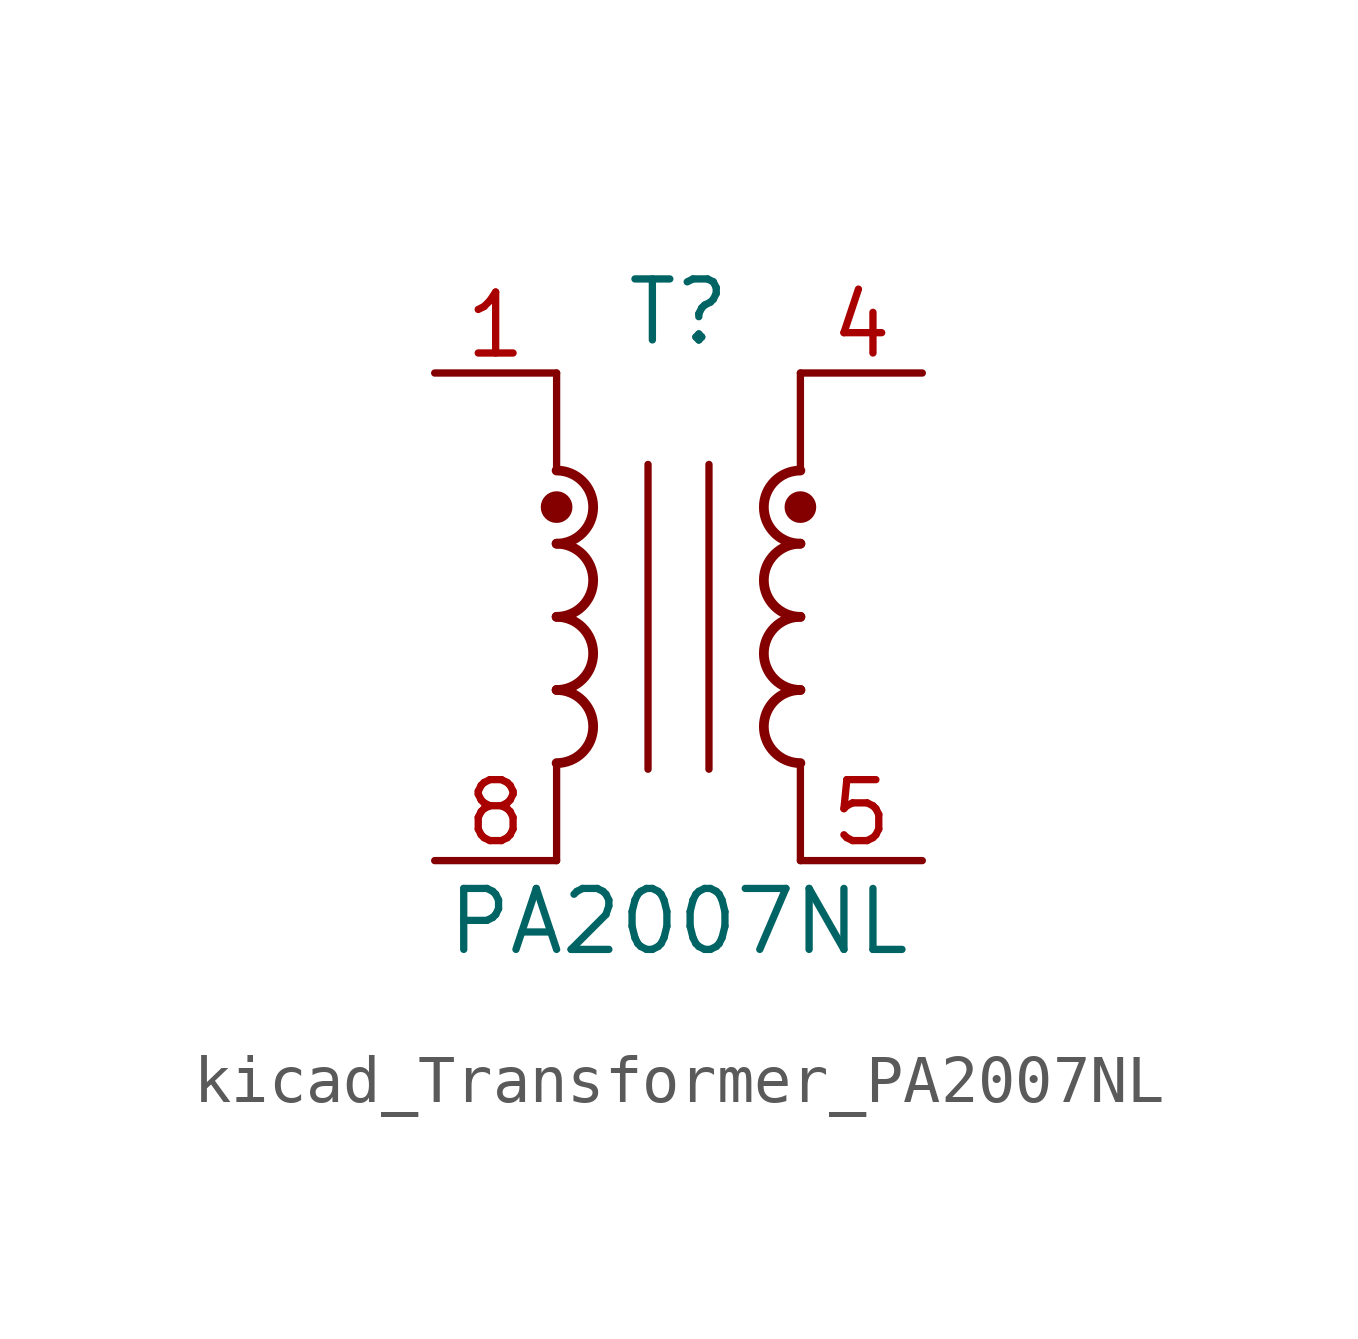
<source format=kicad_sym>
(kicad_symbol_lib
  (version 20220914)
  (generator kicad_symbol_editor)
  (symbol "kicad_Transformer_PA2007NL"
    (pin_names hide)
    (property "Reference" "T"
      (at 0 6.35 0)
      (effects (font (size 1.27 1.27))))
    (property "Value" "PA2007NL"
      (at 0 -6.35 0)
      (effects (font (size 1.27 1.27))))
    (symbol "kicad_Transformer_PA2007NL_0_1"
      (arc (start -2.54 -3.048) (mid -1.7813 -2.286) (end -2.54 -1.524) (stroke (width 0.2032) (type default)) (fill (type none)))
      (arc (start -2.54 -1.524) (mid -1.7813 -0.762) (end -2.54 0) (stroke (width 0.2032) (type default)) (fill (type none)))
      (arc (start -2.54 0) (mid -1.7813 0.762) (end -2.54 1.524) (stroke (width 0.2032) (type default)) (fill (type none)))
      (circle (center -2.54 2.286) (radius 0.254) (stroke (width 0) (type default)) (fill (type outline)))
      (polyline (pts (xy -2.54 -3.048) (xy -2.54 -5.08)) (stroke (width 0) (type default)) (fill (type none)))
      (polyline (pts (xy -2.54 5.08) (xy -2.54 3.048)) (stroke (width 0) (type default)) (fill (type none)))
      (polyline (pts (xy -0.635 3.175) (xy -0.635 -3.175)) (stroke (width 0) (type default)) (fill (type none)))
      (polyline (pts (xy 0.635 3.175) (xy 0.635 -3.175)) (stroke (width 0) (type default)) (fill (type none)))
      (polyline (pts (xy 2.54 -3.048) (xy 2.54 -5.08)) (stroke (width 0) (type default)) (fill (type none)))
      (polyline (pts (xy 2.54 5.08) (xy 2.54 3.048)) (stroke (width 0) (type default)) (fill (type none)))
      (arc (start 2.54 -1.524) (mid 1.7813 -2.286) (end 2.54 -3.048) (stroke (width 0.2032) (type default)) (fill (type none)))
      (arc (start 2.54 0) (mid 1.7813 -0.762) (end 2.54 -1.524) (stroke (width 0.2032) (type default)) (fill (type none)))
      (arc (start 2.54 1.524) (mid 1.7813 0.762) (end 2.54 0) (stroke (width 0.2032) (type default)) (fill (type none)))
      (circle (center 2.54 2.286) (radius 0.254) (stroke (width 0) (type default)) (fill (type outline)))
      (arc (start 2.54 3.048) (mid 1.7813 2.286) (end 2.54 1.524) (stroke (width 0.2032) (type default)) (fill (type none))))
    (symbol "kicad_Transformer_PA2007NL_1_1"
      (arc (start -2.54 1.524) (mid -1.7813 2.286) (end -2.54 3.048) (stroke (width 0.2032) (type default)) (fill (type none)))
      (pin passive line (at -5.08 5.08 0) (length 2.54) (name "~" (effects (font (size 1.27 1.27)))) (number "1" (effects (font (size 1.27 1.27)))))
      (pin passive line (at 5.08 5.08 180) (length 2.54) (name "~" (effects (font (size 1.27 1.27)))) (number "4" (effects (font (size 1.27 1.27)))))
      (pin passive line (at 5.08 -5.08 180) (length 2.54) (name "~" (effects (font (size 1.27 1.27)))) (number "5" (effects (font (size 1.27 1.27)))))
      (pin passive line (at -5.08 -5.08 0) (length 2.54) (name "~" (effects (font (size 1.27 1.27)))) (number "8" (effects (font (size 1.27 1.27))))))))
</source>
